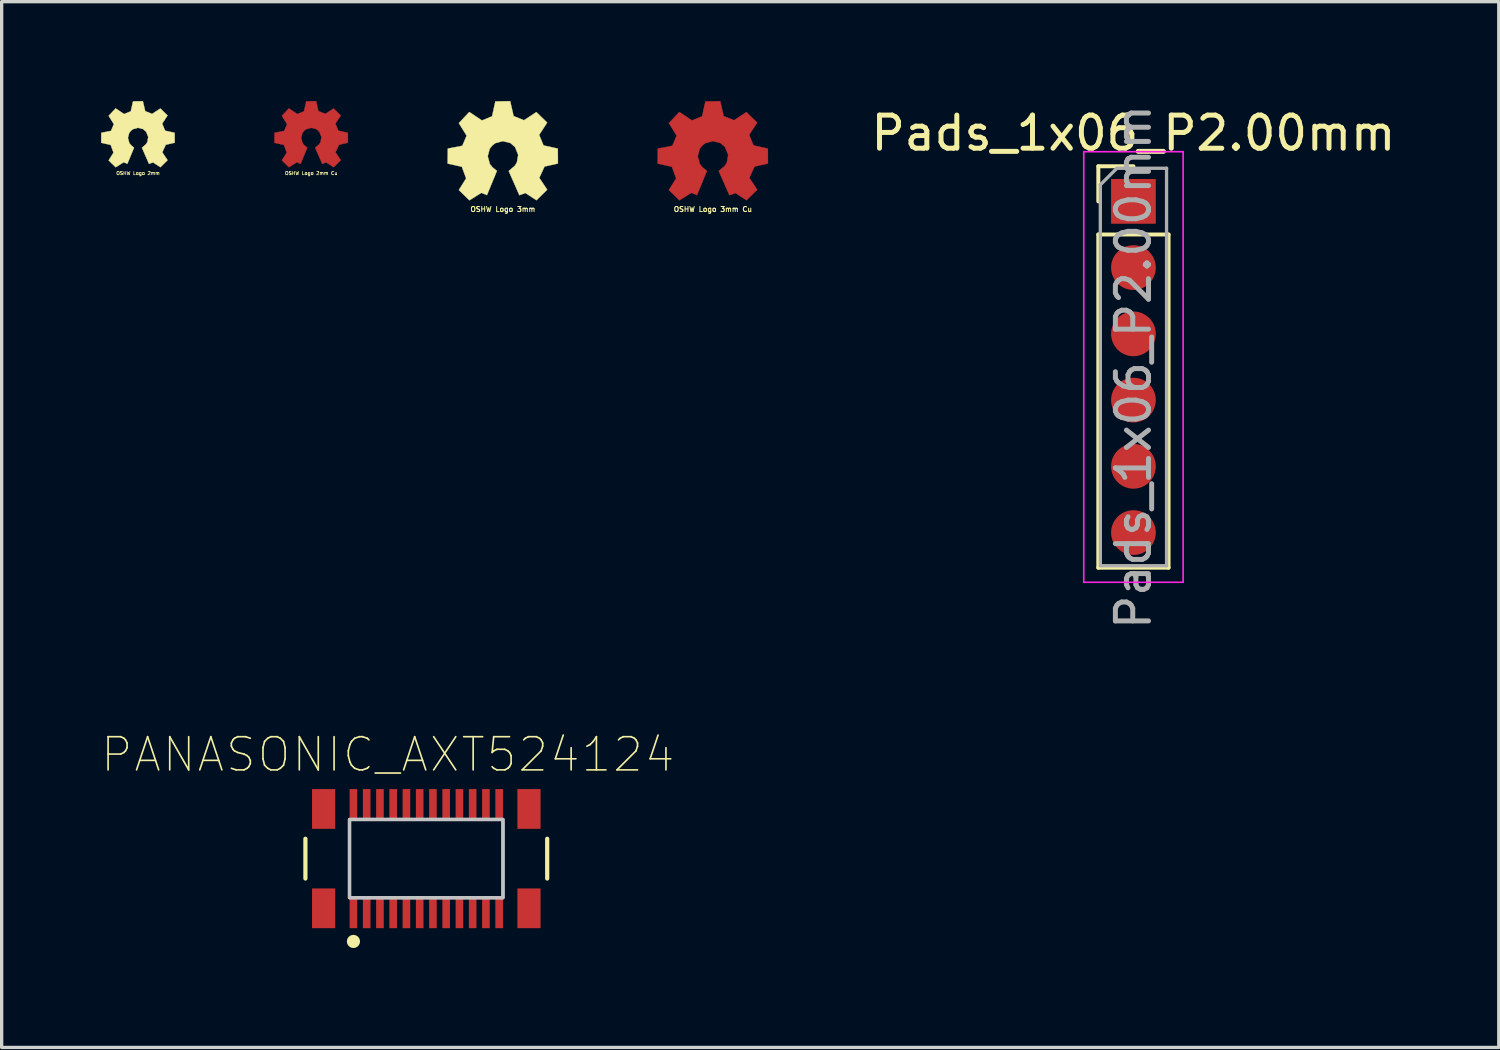
<source format=kicad_pcb>
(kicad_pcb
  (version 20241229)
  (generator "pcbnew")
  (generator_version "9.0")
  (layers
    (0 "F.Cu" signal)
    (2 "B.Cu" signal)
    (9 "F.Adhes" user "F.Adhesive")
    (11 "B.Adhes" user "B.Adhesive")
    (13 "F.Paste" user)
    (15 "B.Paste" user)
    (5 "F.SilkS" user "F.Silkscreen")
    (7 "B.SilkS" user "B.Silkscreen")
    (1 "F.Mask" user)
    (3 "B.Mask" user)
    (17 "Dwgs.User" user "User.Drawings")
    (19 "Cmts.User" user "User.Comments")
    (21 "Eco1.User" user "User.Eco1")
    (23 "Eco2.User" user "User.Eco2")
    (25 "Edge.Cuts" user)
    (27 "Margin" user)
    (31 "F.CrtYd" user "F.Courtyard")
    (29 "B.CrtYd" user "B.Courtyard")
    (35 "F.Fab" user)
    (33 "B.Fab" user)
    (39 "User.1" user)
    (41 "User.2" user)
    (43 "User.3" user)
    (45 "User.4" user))
  (footprint "PANASONIC_AXT524124"
    (layer "F.Cu")
    (at 9.821 22.874)
    (property "Reference" "PANASONIC_AXT524124" (at -1.162 -3.141 0) (layer "F.SilkS") (effects (font (size 1.002 1.002) (thickness 0.05))))
    (attr smd)
    (fp_line (start -3.65 -0.6) (end -3.65 0.6) (stroke (width 0.127) (type solid)) (layer "F.SilkS"))
    (fp_line (start 3.65 -0.6) (end 3.65 0.6) (stroke (width 0.127) (type solid)) (layer "F.SilkS"))
    (fp_circle (center -2.2 2.5) (end -2.1 2.5) (stroke (width 0.2) (type solid)) (fill no) (layer "F.SilkS"))
    (fp_poly (pts (xy -2.303 2) (xy -2.1 2) (xy -2.1 1.492) (xy -2.303 1.492)) (stroke (width 0) (type solid)) (fill yes) (layer "F.Paste"))
    (fp_poly (pts (xy -2.303 -1.49) (xy -2.1 -1.49) (xy -2.1 -2.003) (xy -2.303 -2.003)) (stroke (width 0) (type solid)) (fill yes) (layer "F.Paste"))
    (fp_poly (pts (xy -1.902 2) (xy -1.7 2) (xy -1.7 1.491) (xy -1.902 1.491)) (stroke (width 0) (type solid)) (fill yes) (layer "F.Paste"))
    (fp_poly (pts (xy -1.901 -1.49) (xy -1.7 -1.49) (xy -1.7 -2.001) (xy -1.901 -2.001)) (stroke (width 0) (type solid)) (fill yes) (layer "F.Paste"))
    (fp_poly (pts (xy -1.501 2) (xy -1.3 2) (xy -1.3 1.491) (xy -1.501 1.491)) (stroke (width 0) (type solid)) (fill yes) (layer "F.Paste"))
    (fp_poly (pts (xy -1.501 -1.49) (xy -1.3 -1.49) (xy -1.3 -2.001) (xy -1.501 -2.001)) (stroke (width 0) (type solid)) (fill yes) (layer "F.Paste"))
    (fp_poly (pts (xy -1.102 2) (xy -0.9 2) (xy -0.9 1.493) (xy -1.102 1.493)) (stroke (width 0) (type solid)) (fill yes) (layer "F.Paste"))
    (fp_poly (pts (xy -1.101 -1.49) (xy -0.9 -1.49) (xy -0.9 -2.002) (xy -1.101 -2.002)) (stroke (width 0) (type solid)) (fill yes) (layer "F.Paste"))
    (fp_poly (pts (xy -0.701 -1.49) (xy -0.5 -1.49) (xy -0.5 -2.002) (xy -0.701 -2.002)) (stroke (width 0) (type solid)) (fill yes) (layer "F.Paste"))
    (fp_poly (pts (xy -0.7 2) (xy -0.5 2) (xy -0.5 1.49) (xy -0.7 1.49)) (stroke (width 0) (type solid)) (fill yes) (layer "F.Paste"))
    (fp_poly (pts (xy -0.3 -1.49) (xy -0.1 -1.49) (xy -0.1 -2.003) (xy -0.3 -2.003)) (stroke (width 0) (type solid)) (fill yes) (layer "F.Paste"))
    (fp_poly (pts (xy -0.3 2) (xy -0.1 2) (xy -0.1 1.49) (xy -0.3 1.49)) (stroke (width 0) (type solid)) (fill yes) (layer "F.Paste"))
    (fp_poly (pts (xy 0.1 -1.49) (xy 0.3 -1.49) (xy 0.3 -2) (xy 0.1 -2)) (stroke (width 0) (type solid)) (fill yes) (layer "F.Paste"))
    (fp_poly (pts (xy 0.1 2) (xy 0.3 2) (xy 0.3 1.492) (xy 0.1 1.492)) (stroke (width 0) (type solid)) (fill yes) (layer "F.Paste"))
    (fp_poly (pts (xy 0.5 -1.49) (xy 0.7 -1.49) (xy 0.7 -2.001) (xy 0.5 -2.001)) (stroke (width 0) (type solid)) (fill yes) (layer "F.Paste"))
    (fp_poly (pts (xy 0.5 2) (xy 0.7 2) (xy 0.7 1.491) (xy 0.5 1.491)) (stroke (width 0) (type solid)) (fill yes) (layer "F.Paste"))
    (fp_poly (pts (xy 0.901 -1.49) (xy 1.1 -1.49) (xy 1.1 -2.003) (xy 0.901 -2.003)) (stroke (width 0) (type solid)) (fill yes) (layer "F.Paste"))
    (fp_poly (pts (xy 0.902 2) (xy 1.1 2) (xy 1.1 1.493) (xy 0.902 1.493)) (stroke (width 0) (type solid)) (fill yes) (layer "F.Paste"))
    (fp_poly (pts (xy 1.3 2) (xy 1.5 2) (xy 1.5 1.49) (xy 1.3 1.49)) (stroke (width 0) (type solid)) (fill yes) (layer "F.Paste"))
    (fp_poly (pts (xy 1.302 -1.49) (xy 1.5 -1.49) (xy 1.5 -2.004) (xy 1.302 -2.004)) (stroke (width 0) (type solid)) (fill yes) (layer "F.Paste"))
    (fp_poly (pts (xy 1.702 -1.49) (xy 1.9 -1.49) (xy 1.9 -2.002) (xy 1.702 -2.002)) (stroke (width 0) (type solid)) (fill yes) (layer "F.Paste"))
    (fp_poly (pts (xy 1.702 2) (xy 1.9 2) (xy 1.9 1.492) (xy 1.702 1.492)) (stroke (width 0) (type solid)) (fill yes) (layer "F.Paste"))
    (fp_poly (pts (xy 2.102 -1.49) (xy 2.3 -1.49) (xy 2.3 -2.002) (xy 2.102 -2.002)) (stroke (width 0) (type solid)) (fill yes) (layer "F.Paste"))
    (fp_poly (pts (xy 2.102 2) (xy 2.3 2) (xy 2.3 1.492) (xy 2.102 1.492)) (stroke (width 0) (type solid)) (fill yes) (layer "F.Paste"))
    (fp_poly (pts (xy -2.319 1.18) (xy 2.315 1.18) (xy 2.315 -1.182) (xy -2.319 -1.182)) (stroke (width 0.1) (type solid)) (fill no) (layer "Dwgs.User"))
    (fp_poly (pts (xy -2.318 1.18) (xy 2.315 1.18) (xy 2.315 -1.182) (xy -2.318 -1.182)) (stroke (width 0.1) (type solid)) (fill no) (layer "Dwgs.User"))
    (fp_line (start -3.9 -2.35) (end 3.9 -2.35) (stroke (width 0.05) (type solid)) (layer "Eco1.User"))
    (fp_line (start -3.9 2.35) (end -3.9 -2.35) (stroke (width 0.05) (type solid)) (layer "Eco1.User"))
    (fp_line (start 3.9 -2.35) (end 3.9 2.35) (stroke (width 0.05) (type solid)) (layer "Eco1.User"))
    (fp_line (start 3.9 2.35) (end -3.9 2.35) (stroke (width 0.05) (type solid)) (layer "Eco1.User"))
    (fp_line (start -3.65 1.5) (end -3.65 -1.5) (stroke (width 0.127) (type solid)) (layer "Eco2.User"))
    (fp_line (start -3.65 1.5) (end 3.65 1.5) (stroke (width 0.127) (type solid)) (layer "Eco2.User"))
    (fp_line (start 3.65 -1.5) (end -3.65 -1.5) (stroke (width 0.127) (type solid)) (layer "Eco2.User"))
    (fp_line (start 3.65 -1.5) (end 3.65 1.5) (stroke (width 0.127) (type solid)) (layer "Eco2.User"))
    (fp_circle (center -2.2 2.5) (end -2.1 2.5) (stroke (width 0.2) (type solid)) (fill no) (layer "Eco2.User"))
    (pad "1" smd rect (at -2.2 -1.64 180) (size 0.23 0.92) (layers "F.Cu" "F.Mask" "F.Paste"))
    (pad "2" smd rect (at -2.2 1.64) (size 0.23 0.92) (layers "F.Cu" "F.Mask" "F.Paste"))
    (pad "3" smd rect (at -1.8 -1.64 180) (size 0.23 0.92) (layers "F.Cu" "F.Mask" "F.Paste"))
    (pad "4" smd rect (at -1.8 1.64) (size 0.23 0.92) (layers "F.Cu" "F.Mask" "F.Paste"))
    (pad "5" smd rect (at -1.4 -1.64 180) (size 0.23 0.92) (layers "F.Cu" "F.Mask" "F.Paste"))
    (pad "6" smd rect (at -1.4 1.64) (size 0.23 0.92) (layers "F.Cu" "F.Mask" "F.Paste"))
    (pad "7" smd rect (at -1 -1.64 180) (size 0.23 0.92) (layers "F.Cu" "F.Mask" "F.Paste"))
    (pad "8" smd rect (at -1 1.64) (size 0.23 0.92) (layers "F.Cu" "F.Mask" "F.Paste"))
    (pad "9" smd rect (at -0.6 -1.64 180) (size 0.23 0.92) (layers "F.Cu" "F.Mask" "F.Paste"))
    (pad "10" smd rect (at -0.6 1.64) (size 0.23 0.92) (layers "F.Cu" "F.Mask" "F.Paste"))
    (pad "11" smd rect (at -0.2 -1.64 180) (size 0.23 0.92) (layers "F.Cu" "F.Mask" "F.Paste"))
    (pad "12" smd rect (at -0.2 1.64) (size 0.23 0.92) (layers "F.Cu" "F.Mask" "F.Paste"))
    (pad "13" smd rect (at 0.2 -1.64 180) (size 0.23 0.92) (layers "F.Cu" "F.Mask" "F.Paste"))
    (pad "14" smd rect (at 0.2 1.64) (size 0.23 0.92) (layers "F.Cu" "F.Mask" "F.Paste"))
    (pad "15" smd rect (at 0.6 -1.64 180) (size 0.23 0.92) (layers "F.Cu" "F.Mask" "F.Paste"))
    (pad "16" smd rect (at 0.6 1.64) (size 0.23 0.92) (layers "F.Cu" "F.Mask" "F.Paste"))
    (pad "17" smd rect (at 1 -1.64 180) (size 0.23 0.92) (layers "F.Cu" "F.Mask" "F.Paste"))
    (pad "18" smd rect (at 1 1.64) (size 0.23 0.92) (layers "F.Cu" "F.Mask" "F.Paste"))
    (pad "19" smd rect (at 1.4 -1.64 180) (size 0.23 0.92) (layers "F.Cu" "F.Mask" "F.Paste"))
    (pad "20" smd rect (at 1.4 1.64) (size 0.23 0.92) (layers "F.Cu" "F.Mask" "F.Paste"))
    (pad "21" smd rect (at 1.8 -1.64 180) (size 0.23 0.92) (layers "F.Cu" "F.Mask" "F.Paste"))
    (pad "22" smd rect (at 1.8 1.64) (size 0.23 0.92) (layers "F.Cu" "F.Mask" "F.Paste"))
    (pad "23" smd rect (at 2.2 -1.64 180) (size 0.23 0.92) (layers "F.Cu" "F.Mask" "F.Paste"))
    (pad "24" smd rect (at 2.2 1.64) (size 0.23 0.92) (layers "F.Cu" "F.Mask" "F.Paste"))
    (pad "S1" smd rect (at -3.1 -1.5) (size 0.7 1.2) (layers "F.Cu" "F.Mask" "F.Paste"))
    (pad "S2" smd rect (at -3.1 1.5) (size 0.7 1.2) (layers "F.Cu" "F.Mask" "F.Paste"))
    (pad "S3" smd rect (at 3.1 1.5) (size 0.7 1.2) (layers "F.Cu" "F.Mask" "F.Paste"))
    (pad "S4" smd rect (at 3.1 -1.5) (size 0.7 1.2) (layers "F.Cu" "F.Mask" "F.Paste")))
  (footprint "OSHW Logo 2mm Cu"
    (layer "F.Cu")
    (at 6.347 1.001)
    (property "Reference" "OSHW Logo 2mm Cu" (at 0 1.179 0) (layer "F.SilkS") (effects (font (size 0.102 0.102) (thickness 0.02))))
    (attr board_only exclude_from_pos_files exclude_from_bom)
    (fp_poly (pts (xy -0.674 0.999) (xy -0.434 0.849) (xy -0.321 0.894) (xy -0.12 0.408) (xy -0.21 0.333) (xy -0.262 0.268) (xy -0.305 0.113) (xy -0.266 -0.037) (xy -0.215 -0.102) (xy -0.153 -0.151) (xy -0.000339 -0.192) (xy 0.152 -0.154) (xy 0.245 -0.072) (xy 0.308 0.085) (xy 0.281 0.237) (xy 0.24 0.304) (xy 0.118 0.409) (xy 0.332 0.898) (xy 0.452 0.852) (xy 0.676 0.998) (xy 0.892 0.785) (xy 0.733 0.547) (xy 0.838 0.32) (xy 1.108 0.258) (xy 1.106 -0.042) (xy 0.818 -0.106) (xy 0.73 -0.318) (xy 0.891 -0.565) (xy 0.674 -0.776) (xy 0.425 -0.612) (xy 0.216 -0.697) (xy 0.147 -0.996) (xy -0.151 -0.991) (xy -0.218 -0.691) (xy -0.421 -0.608) (xy -0.676 -0.778) (xy -0.887 -0.554) (xy -0.73 -0.303) (xy -0.816 -0.099) (xy -1.109 -0.042) (xy -1.112 0.26) (xy -0.826 0.324) (xy -0.74 0.557) (xy -0.887 0.792) (xy -0.674 0.999)) (stroke (width 0.01) (type solid)) (fill yes) (layer "F.Cu")))
  (footprint "OSHW Logo 2mm"
    (layer "F.Cu")
    (at 1.117 1.001)
    (property "Reference" "OSHW Logo 2mm" (at 0 1.179 0) (layer "F.SilkS") (effects (font (size 0.102 0.102) (thickness 0.02))))
    (attr board_only exclude_from_pos_files exclude_from_bom)
    (fp_poly (pts (xy -0.674 0.999) (xy -0.434 0.849) (xy -0.321 0.894) (xy -0.12 0.408) (xy -0.21 0.333) (xy -0.262 0.268) (xy -0.305 0.113) (xy -0.266 -0.037) (xy -0.215 -0.102) (xy -0.153 -0.151) (xy -0.000339 -0.192) (xy 0.152 -0.154) (xy 0.245 -0.072) (xy 0.308 0.085) (xy 0.281 0.237) (xy 0.24 0.304) (xy 0.118 0.409) (xy 0.332 0.898) (xy 0.452 0.852) (xy 0.676 0.998) (xy 0.892 0.785) (xy 0.733 0.547) (xy 0.838 0.32) (xy 1.108 0.258) (xy 1.106 -0.042) (xy 0.818 -0.106) (xy 0.73 -0.318) (xy 0.891 -0.565) (xy 0.674 -0.776) (xy 0.425 -0.612) (xy 0.216 -0.697) (xy 0.147 -0.996) (xy -0.151 -0.991) (xy -0.218 -0.691) (xy -0.421 -0.608) (xy -0.676 -0.778) (xy -0.887 -0.554) (xy -0.73 -0.303) (xy -0.816 -0.099) (xy -1.109 -0.042) (xy -1.112 0.26) (xy -0.826 0.324) (xy -0.74 0.557) (xy -0.887 0.792) (xy -0.674 0.999)) (stroke (width 0.01) (type solid)) (fill yes) (layer "F.SilkS")))
  (footprint "OSHW Logo 3mm Cu"
    (layer "F.Cu")
    (at 18.474 1.499)
    (property "Reference" "OSHW Logo 3mm Cu" (at 0 1.769 0) (layer "F.SilkS") (effects (font (size 0.152 0.152) (thickness 0.03))))
    (fp_poly (pts (xy -1.011 1.499) (xy -0.65 1.273) (xy -0.481 1.342) (xy -0.18 0.611) (xy -0.316 0.5) (xy -0.394 0.402) (xy -0.457 0.169) (xy -0.399 -0.055) (xy -0.323 -0.153) (xy -0.23 -0.226) (xy -0.001 -0.288) (xy 0.228 -0.23) (xy 0.368 -0.107) (xy 0.462 0.127) (xy 0.422 0.356) (xy 0.36 0.457) (xy 0.176 0.614) (xy 0.498 1.346) (xy 0.678 1.278) (xy 1.014 1.497) (xy 1.338 1.178) (xy 1.1 0.821) (xy 1.257 0.479) (xy 1.662 0.388) (xy 1.66 -0.063) (xy 1.227 -0.158) (xy 1.095 -0.477) (xy 1.337 -0.848) (xy 1.011 -1.165) (xy 0.637 -0.918) (xy 0.324 -1.045) (xy 0.221 -1.494) (xy -0.227 -1.487) (xy -0.327 -1.037) (xy -0.632 -0.912) (xy -1.014 -1.168) (xy -1.33 -0.832) (xy -1.095 -0.454) (xy -1.224 -0.148) (xy -1.664 -0.063) (xy -1.668 0.39) (xy -1.239 0.486) (xy -1.11 0.836) (xy -1.33 1.188) (xy -1.011 1.499)) (stroke (width 0.01) (type solid)) (fill yes) (layer "F.Cu")))
  (footprint "Pads_1x06_P2.00mm"
    (layer "F.Cu")
    (at 31.171 3.03)
    (property "Reference" "Pads_1x06_P2.00mm" (at 0 -2.06 0) (layer "F.SilkS") (effects (font (size 1 1) (thickness 0.15))))
    (attr through_hole)
    (fp_line (start -1.06 -1.06) (end 0 -1.06) (stroke (width 0.12) (type solid)) (layer "F.SilkS"))
    (fp_line (start -1.06 0) (end -1.06 -1.06) (stroke (width 0.12) (type solid)) (layer "F.SilkS"))
    (fp_line (start -1.06 1) (end -1.06 11.06) (stroke (width 0.12) (type solid)) (layer "F.SilkS"))
    (fp_line (start -1.06 1) (end 1.06 1) (stroke (width 0.12) (type solid)) (layer "F.SilkS"))
    (fp_line (start -1.06 11.06) (end 1.06 11.06) (stroke (width 0.12) (type solid)) (layer "F.SilkS"))
    (fp_line (start 1.06 1) (end 1.06 11.06) (stroke (width 0.12) (type solid)) (layer "F.SilkS"))
    (fp_line (start -1.5 -1.5) (end -1.5 11.5) (stroke (width 0.05) (type solid)) (layer "F.CrtYd"))
    (fp_line (start -1.5 11.5) (end 1.5 11.5) (stroke (width 0.05) (type solid)) (layer "F.CrtYd"))
    (fp_line (start 1.5 -1.5) (end -1.5 -1.5) (stroke (width 0.05) (type solid)) (layer "F.CrtYd"))
    (fp_line (start 1.5 11.5) (end 1.5 -1.5) (stroke (width 0.05) (type solid)) (layer "F.CrtYd"))
    (fp_line (start -1 -0.5) (end -0.5 -1) (stroke (width 0.1) (type solid)) (layer "F.Fab"))
    (fp_line (start -1 11) (end -1 -0.5) (stroke (width 0.1) (type solid)) (layer "F.Fab"))
    (fp_line (start -0.5 -1) (end 1 -1) (stroke (width 0.1) (type solid)) (layer "F.Fab"))
    (fp_line (start 1 -1) (end 1 11) (stroke (width 0.1) (type solid)) (layer "F.Fab"))
    (fp_line (start 1 11) (end -1 11) (stroke (width 0.1) (type solid)) (layer "F.Fab"))
    (fp_text user "${REFERENCE}" (at 0 5 90) (layer "F.Fab") (effects (font (size 1 1) (thickness 0.15))))
    (pad "1" smd rect (at 0 0) (size 1.35 1.35) (layers "F.Cu" "F.Mask" "F.Paste"))
    (pad "2" smd oval (at 0 2) (size 1.35 1.35) (layers "F.Cu" "F.Mask" "F.Paste"))
    (pad "3" smd oval (at 0 4) (size 1.35 1.35) (layers "F.Cu" "F.Mask" "F.Paste"))
    (pad "4" smd oval (at 0 6) (size 1.35 1.35) (layers "F.Cu" "F.Mask" "F.Paste"))
    (pad "5" smd oval (at 0 8) (size 1.35 1.35) (layers "F.Cu" "F.Mask" "F.Paste"))
    (pad "6" smd oval (at 0 10) (size 1.35 1.35) (layers "F.Cu" "F.Mask" "F.Paste")))
  (footprint "OSHW Logo 3mm"
    (layer "F.Cu")
    (at 12.133 1.499)
    (property "Reference" "OSHW Logo 3mm" (at 0 1.769 0) (layer "F.SilkS") (effects (font (size 0.152 0.152) (thickness 0.03))))
    (fp_poly (pts (xy -1.011 1.499) (xy -0.65 1.273) (xy -0.481 1.342) (xy -0.18 0.611) (xy -0.316 0.5) (xy -0.394 0.402) (xy -0.457 0.169) (xy -0.399 -0.055) (xy -0.323 -0.153) (xy -0.23 -0.226) (xy -0.001 -0.288) (xy 0.228 -0.23) (xy 0.368 -0.107) (xy 0.462 0.127) (xy 0.422 0.356) (xy 0.36 0.457) (xy 0.176 0.614) (xy 0.498 1.346) (xy 0.678 1.278) (xy 1.014 1.497) (xy 1.338 1.178) (xy 1.1 0.821) (xy 1.257 0.479) (xy 1.662 0.388) (xy 1.66 -0.063) (xy 1.227 -0.158) (xy 1.095 -0.477) (xy 1.337 -0.848) (xy 1.011 -1.165) (xy 0.637 -0.918) (xy 0.324 -1.045) (xy 0.221 -1.494) (xy -0.227 -1.487) (xy -0.327 -1.037) (xy -0.632 -0.912) (xy -1.014 -1.168) (xy -1.33 -0.832) (xy -1.095 -0.454) (xy -1.224 -0.148) (xy -1.664 -0.063) (xy -1.668 0.39) (xy -1.239 0.486) (xy -1.11 0.836) (xy -1.33 1.188) (xy -1.011 1.499)) (stroke (width 0.01) (type solid)) (fill yes) (layer "F.SilkS")))
  (gr_rect
    (start -3 -3)
    (end 42.201 28.574)
    (stroke (width 0.1) (type default))
    (fill no)
    (layer "Edge.Cuts")))
</source>
